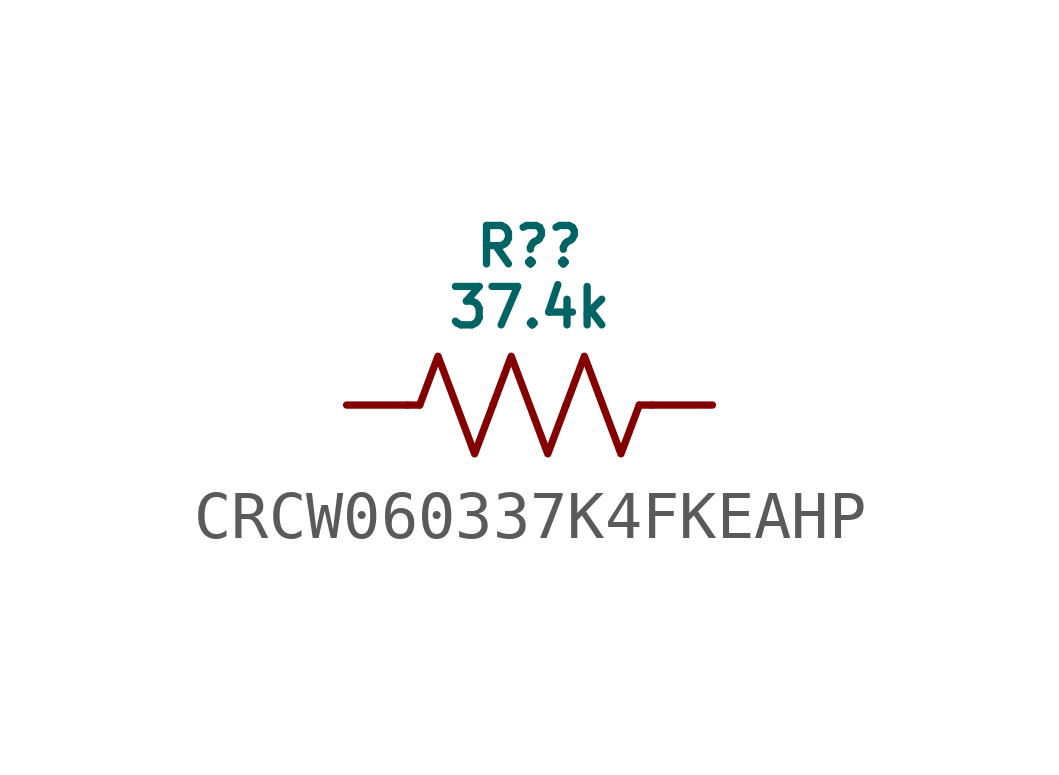
<source format=kicad_sym>
(kicad_symbol_lib
  (version 20231120)
  (generator "kicad_symbol_editor")
  (generator_version "8.0")
  (symbol "CRCW060337K4FKEAHP"
    (pin_numbers hide)
    (pin_names hide)
    (property "Reference" "R?"
      (at 0 3.302 0)
      (do_not_autoplace)
      (effects (font (size 0.8 0.8))))
    (property "Value" "37.4k"
      (at 0 2.032 0)
      (do_not_autoplace)
      (effects (font (size 0.8 0.8))))
    (symbol "CRCW060337K4FKEAHP_0_1"
      (polyline (pts (xy -2.286 0) (xy -2.54 0)) (stroke (width 0) (type default)) (fill (type none)))
      (polyline (pts (xy 2.286 0) (xy 2.54 0)) (stroke (width 0) (type default)) (fill (type none)))
      (polyline (pts (xy -2.286 0) (xy -1.905 1.016) (xy -1.524 0) (xy -1.143 -1.016) (xy -0.762 0)) (stroke (width 0) (type default)) (fill (type none)))
      (polyline (pts (xy -0.762 0) (xy -0.381 1.016) (xy 0 0) (xy 0.381 -1.016) (xy 0.762 0)) (stroke (width 0) (type default)) (fill (type none)))
      (polyline (pts (xy 0.762 0) (xy 1.143 1.016) (xy 1.524 0) (xy 1.905 -1.016) (xy 2.286 0)) (stroke (width 0) (type default)) (fill (type none))))
    (symbol "CRCW060337K4FKEAHP_1_0"
      (pin passive line (at -3.81 0 0) (length 1.27) (name "" (effects (font (size 0.8 0.8)))) (number "1" (effects (font (size 0.8 0.8)))))
      (pin passive line (at 3.81 0 180) (length 1.27) (name "" (effects (font (size 0.8 0.8)))) (number "2" (effects (font (size 0.8 0.8))))))))
</source>
